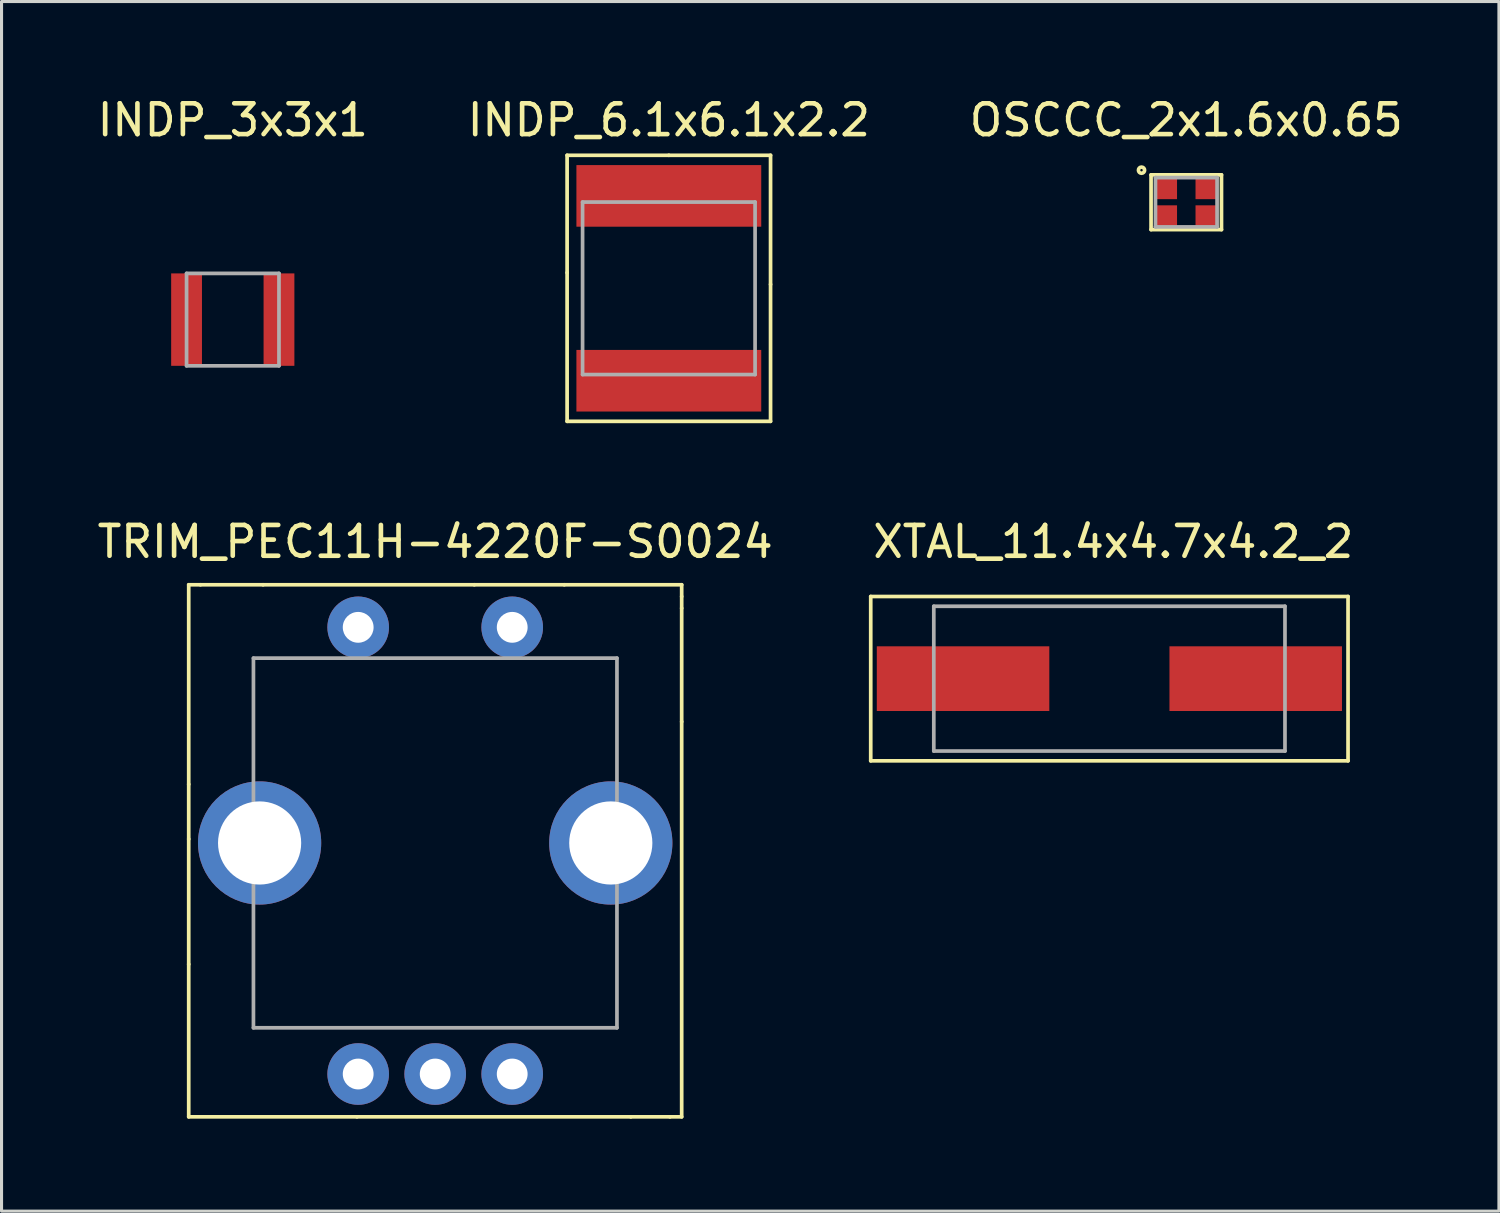
<source format=kicad_pcb>
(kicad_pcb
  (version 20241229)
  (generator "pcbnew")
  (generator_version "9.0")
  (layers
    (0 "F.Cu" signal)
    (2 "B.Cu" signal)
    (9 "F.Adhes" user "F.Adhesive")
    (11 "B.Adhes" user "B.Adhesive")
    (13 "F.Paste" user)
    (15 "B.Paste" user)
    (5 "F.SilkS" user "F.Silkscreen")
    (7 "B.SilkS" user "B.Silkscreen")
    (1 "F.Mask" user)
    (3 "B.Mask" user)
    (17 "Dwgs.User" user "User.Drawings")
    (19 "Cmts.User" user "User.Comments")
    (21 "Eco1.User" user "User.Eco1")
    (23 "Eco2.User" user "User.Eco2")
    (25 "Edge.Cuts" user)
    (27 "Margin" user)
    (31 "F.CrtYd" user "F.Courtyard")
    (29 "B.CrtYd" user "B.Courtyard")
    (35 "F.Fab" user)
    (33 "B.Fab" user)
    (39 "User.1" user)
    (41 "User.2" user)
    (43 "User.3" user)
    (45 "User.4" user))
  (footprint "OSCCC_2x1.6x0.65"
    (layer "F.Cu")
    (at 35.458 3.515)
    (property "Reference" "OSCCC_2x1.6x0.65" (at 0 -2.667 0) (layer "F.SilkS") (effects (font (size 1 1) (thickness 0.15))))
    (attr through_hole)
    (fp_line (start -1.143 -0.889) (end -1.143 0.889) (stroke (width 0.12) (type solid)) (layer "F.SilkS"))
    (fp_line (start -1.143 0.889) (end 1.143 0.889) (stroke (width 0.12) (type solid)) (layer "F.SilkS"))
    (fp_line (start 1.143 -0.889) (end -1.143 -0.889) (stroke (width 0.12) (type solid)) (layer "F.SilkS"))
    (fp_line (start 1.143 0.889) (end 1.143 -0.889) (stroke (width 0.12) (type solid)) (layer "F.SilkS"))
    (fp_circle (center -1.453 -1.041) (end -1.353 -1.041) (stroke (width 0.12) (type solid)) (fill no) (layer "F.SilkS"))
    (fp_line (start -1 -0.8) (end -1 0.8) (stroke (width 0.12) (type solid)) (layer "F.Fab"))
    (fp_line (start -1 0.8) (end 1 0.8) (stroke (width 0.12) (type solid)) (layer "F.Fab"))
    (fp_line (start 1 -0.8) (end -1 -0.8) (stroke (width 0.12) (type solid)) (layer "F.Fab"))
    (fp_line (start 1 0.8) (end 1 -0.8) (stroke (width 0.12) (type solid)) (layer "F.Fab"))
    (pad "1" smd rect (at -0.65 -0.45) (size 0.7 0.7) (layers "F.Cu" "F.Mask" "F.Paste"))
    (pad "2" smd rect (at 0.65 -0.45) (size 0.7 0.7) (layers "F.Cu" "F.Mask" "F.Paste"))
    (pad "3" smd rect (at 0.65 0.45) (size 0.7 0.7) (layers "F.Cu" "F.Mask" "F.Paste"))
    (pad "4" smd rect (at -0.65 0.45) (size 0.7 0.7) (layers "F.Cu" "F.Mask" "F.Paste")))
  (footprint "INDP_6.1x6.1x2.2"
    (layer "F.Cu")
    (at 18.661 6.309)
    (property "Reference" "INDP_6.1x6.1x2.2" (at 0 -5.461 0) (layer "F.SilkS") (effects (font (size 1 1) (thickness 0.15))))
    (attr through_hole)
    (fp_line (start -3.302 -4.318) (end -3.302 -0.508) (stroke (width 0.12) (type solid)) (layer "F.SilkS"))
    (fp_line (start -3.302 -0.508) (end -3.302 4.318) (stroke (width 0.12) (type solid)) (layer "F.SilkS"))
    (fp_line (start -3.302 4.318) (end 3.302 4.318) (stroke (width 0.12) (type solid)) (layer "F.SilkS"))
    (fp_line (start 0 -4.318) (end -3.302 -4.318) (stroke (width 0.12) (type solid)) (layer "F.SilkS"))
    (fp_line (start 3.302 -4.318) (end 0 -4.318) (stroke (width 0.12) (type solid)) (layer "F.SilkS"))
    (fp_line (start 3.302 -0.127) (end 3.302 -4.318) (stroke (width 0.12) (type solid)) (layer "F.SilkS"))
    (fp_line (start 3.302 4.318) (end 3.302 -0.127) (stroke (width 0.12) (type solid)) (layer "F.SilkS"))
    (fp_line (start -2.8 -2.8) (end -2.8 2.8) (stroke (width 0.12) (type solid)) (layer "F.Fab"))
    (fp_line (start -2.8 2.8) (end 2.8 2.8) (stroke (width 0.12) (type solid)) (layer "F.Fab"))
    (fp_line (start 2.8 -2.8) (end -2.8 -2.8) (stroke (width 0.12) (type solid)) (layer "F.Fab"))
    (fp_line (start 2.8 -2.8) (end 2.8 2.8) (stroke (width 0.12) (type solid)) (layer "F.Fab"))
    (pad "1" smd rect (at 0 -3) (size 6 2) (layers "F.Cu" "F.Mask" "F.Paste"))
    (pad "2" smd rect (at 0 3) (size 6 2) (layers "F.Cu" "F.Mask" "F.Paste")))
  (footprint "INDP_3x3x1"
    (layer "F.Cu")
    (at 4.506 7.325)
    (property "Reference" "INDP_3x3x1" (at 0 -6.477 0) (layer "F.SilkS") (effects (font (size 1 1) (thickness 0.15))))
    (attr through_hole)
    (fp_line (start -1.5 -1.5) (end -1.5 1.5) (stroke (width 0.12) (type solid)) (layer "F.Fab"))
    (fp_line (start -1.5 1.5) (end 1.5 1.5) (stroke (width 0.12) (type solid)) (layer "F.Fab"))
    (fp_line (start 1.5 -1.5) (end -1.5 -1.5) (stroke (width 0.12) (type solid)) (layer "F.Fab"))
    (fp_line (start 1.5 1.5) (end 1.5 -1.5) (stroke (width 0.12) (type solid)) (layer "F.Fab"))
    (pad "1" smd rect (at -1.5 0) (size 1 3) (layers "F.Cu" "F.Mask" "F.Paste"))
    (pad "2" smd rect (at 1.5 0) (size 1 3) (layers "F.Cu" "F.Mask" "F.Paste")))
  (footprint "TRIM_PEC11H-4220F-S0024"
    (layer "F.Cu")
    (at 11.077 24.314)
    (property "Reference" "TRIM_PEC11H-4220F-S0024" (at 0 -9.779 0) (layer "F.SilkS") (effects (font (size 1 1) (thickness 0.15))))
    (attr through_hole)
    (fp_line (start -8.001 -8.382) (end -8.001 -1.905) (stroke (width 0.12) (type solid)) (layer "F.SilkS"))
    (fp_line (start -8.001 -1.905) (end -8.001 -0.127) (stroke (width 0.12) (type solid)) (layer "F.SilkS"))
    (fp_line (start -8.001 -0.127) (end -8.001 3.937) (stroke (width 0.12) (type solid)) (layer "F.SilkS"))
    (fp_line (start -8.001 3.937) (end -8.001 8.89) (stroke (width 0.12) (type solid)) (layer "F.SilkS"))
    (fp_line (start -8.001 8.89) (end -2.54 8.89) (stroke (width 0.12) (type solid)) (layer "F.SilkS"))
    (fp_line (start -7.62 -8.382) (end -8.001 -8.382) (stroke (width 0.12) (type solid)) (layer "F.SilkS"))
    (fp_line (start -5.588 -8.382) (end -7.62 -8.382) (stroke (width 0.12) (type solid)) (layer "F.SilkS"))
    (fp_line (start -2.54 8.89) (end 6.35 8.89) (stroke (width 0.12) (type solid)) (layer "F.SilkS"))
    (fp_line (start 1.27 -8.382) (end -5.588 -8.382) (stroke (width 0.12) (type solid)) (layer "F.SilkS"))
    (fp_line (start 4.191 -8.382) (end 1.27 -8.382) (stroke (width 0.12) (type solid)) (layer "F.SilkS"))
    (fp_line (start 6.35 8.89) (end 7.62 8.89) (stroke (width 0.12) (type solid)) (layer "F.SilkS"))
    (fp_line (start 7.62 8.89) (end 8.001 8.89) (stroke (width 0.12) (type solid)) (layer "F.SilkS"))
    (fp_line (start 8.001 -8.382) (end 4.191 -8.382) (stroke (width 0.12) (type solid)) (layer "F.SilkS"))
    (fp_line (start 8.001 -8.001) (end 8.001 -8.382) (stroke (width 0.12) (type solid)) (layer "F.SilkS"))
    (fp_line (start 8.001 -7.62) (end 8.001 -8.001) (stroke (width 0.12) (type solid)) (layer "F.SilkS"))
    (fp_line (start 8.001 -3.937) (end 8.001 -7.62) (stroke (width 0.12) (type solid)) (layer "F.SilkS"))
    (fp_line (start 8.001 8.89) (end 8.001 -3.937) (stroke (width 0.12) (type solid)) (layer "F.SilkS"))
    (fp_line (start -5.9 -6) (end -5.9 6) (stroke (width 0.12) (type solid)) (layer "F.Fab"))
    (fp_line (start -5.9 6) (end 5.9 6) (stroke (width 0.12) (type solid)) (layer "F.Fab"))
    (fp_line (start 5.9 -6) (end -5.9 -6) (stroke (width 0.12) (type solid)) (layer "F.Fab"))
    (fp_line (start 5.9 6) (end 5.9 -6) (stroke (width 0.12) (type solid)) (layer "F.Fab"))
    (pad "6" thru_hole circle (at -5.7 0) (size 4 4) (drill 2.7) (layers "*.Cu" "*.Mask"))
    (pad "7" thru_hole circle (at 5.7 0) (size 4 4) (drill 2.7) (layers "*.Cu" "*.Mask"))
    (pad "A" thru_hole circle (at -2.5 7.5) (size 2 2) (drill 1) (layers "*.Cu" "*.Mask"))
    (pad "B" thru_hole circle (at 2.5 7.5) (size 2 2) (drill 1) (layers "*.Cu" "*.Mask"))
    (pad "C" thru_hole circle (at 0 7.5) (size 2 2) (drill 1) (layers "*.Cu" "*.Mask"))
    (pad "S" thru_hole circle (at -2.5 -7) (size 2 2) (drill 1) (layers "*.Cu" "*.Mask"))
    (pad "W" thru_hole circle (at 2.5 -7) (size 2 2) (drill 1) (layers "*.Cu" "*.Mask")))
  (footprint "XTAL_11.4x4.7x4.2_2"
    (layer "F.Cu")
    (at 32.962 18.98)
    (property "Reference" "XTAL_11.4x4.7x4.2_2" (at 0.127 -4.445 0) (layer "F.SilkS") (effects (font (size 1 1) (thickness 0.15))))
    (attr through_hole)
    (fp_line (start -7.747 -2.667) (end -7.747 2.667) (stroke (width 0.12) (type solid)) (layer "F.SilkS"))
    (fp_line (start -7.747 2.667) (end 7.747 2.667) (stroke (width 0.12) (type solid)) (layer "F.SilkS"))
    (fp_line (start 7.747 -2.667) (end -7.747 -2.667) (stroke (width 0.12) (type solid)) (layer "F.SilkS"))
    (fp_line (start 7.747 2.667) (end 7.747 -2.667) (stroke (width 0.12) (type solid)) (layer "F.SilkS"))
    (fp_line (start -5.7 -2.35) (end -5.7 2.35) (stroke (width 0.12) (type solid)) (layer "F.Fab"))
    (fp_line (start -5.7 2.35) (end 5.7 2.35) (stroke (width 0.12) (type solid)) (layer "F.Fab"))
    (fp_line (start 5.7 -2.35) (end -5.7 -2.35) (stroke (width 0.12) (type solid)) (layer "F.Fab"))
    (fp_line (start 5.7 2.35) (end 5.7 -2.35) (stroke (width 0.12) (type solid)) (layer "F.Fab"))
    (pad "1" smd rect (at -4.75 0) (size 5.6 2.1) (layers "F.Cu" "F.Mask" "F.Paste"))
    (pad "2" smd rect (at 4.75 0) (size 5.6 2.1) (layers "F.Cu" "F.Mask" "F.Paste")))
  (gr_rect
    (start -3 -3)
    (end 45.607 36.264)
    (stroke (width 0.1) (type default))
    (fill no)
    (layer "Edge.Cuts")))
</source>
